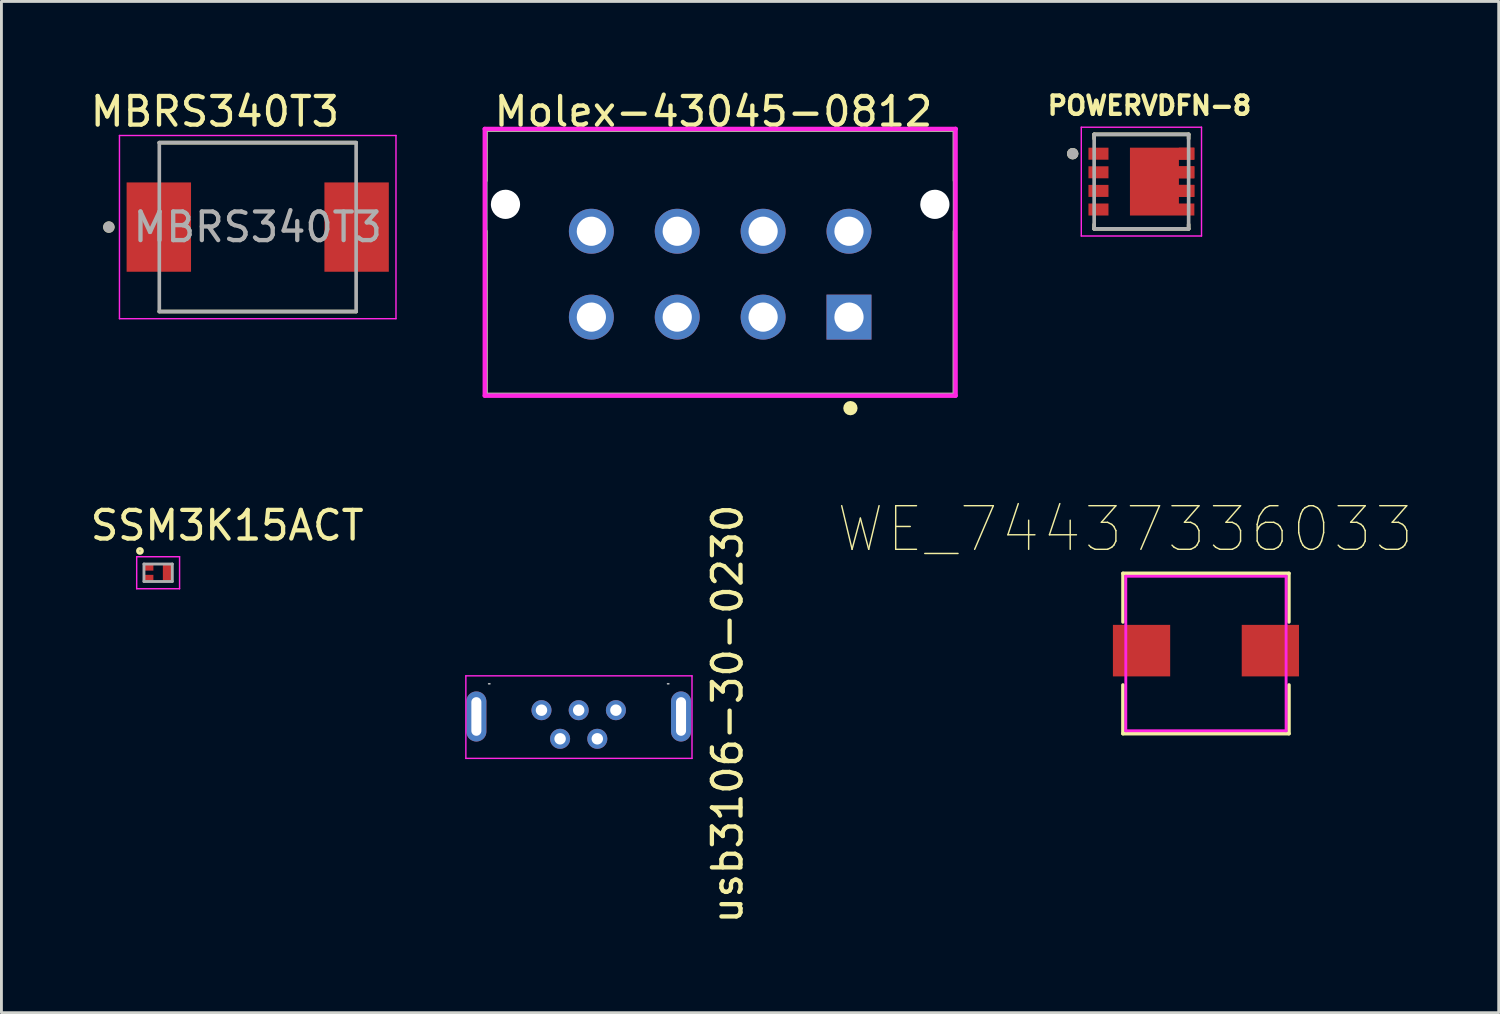
<source format=kicad_pcb>
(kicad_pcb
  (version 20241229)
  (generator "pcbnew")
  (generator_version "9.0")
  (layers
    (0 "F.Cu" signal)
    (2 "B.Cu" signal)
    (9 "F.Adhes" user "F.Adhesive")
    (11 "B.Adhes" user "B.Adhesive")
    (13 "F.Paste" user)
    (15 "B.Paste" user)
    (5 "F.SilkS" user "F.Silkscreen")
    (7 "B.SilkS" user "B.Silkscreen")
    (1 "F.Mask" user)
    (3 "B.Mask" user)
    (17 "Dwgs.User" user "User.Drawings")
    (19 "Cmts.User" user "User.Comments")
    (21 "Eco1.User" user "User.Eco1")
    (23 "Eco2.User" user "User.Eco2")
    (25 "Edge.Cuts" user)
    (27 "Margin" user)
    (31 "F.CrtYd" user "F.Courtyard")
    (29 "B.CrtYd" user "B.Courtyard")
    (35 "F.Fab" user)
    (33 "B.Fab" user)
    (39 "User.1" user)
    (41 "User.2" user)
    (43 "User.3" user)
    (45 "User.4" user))
  (footprint "MBRS340T3"
    (layer "F.Cu")
    (at 5.953 4.883)
    (property "Reference" "MBRS340T3" (at -1.495 -4.035 0) (layer "F.SilkS") (effects (font (size 1 1) (thickness 0.15))))
    (attr through_hole)
    (fp_line (start -3.438 2.95) (end 3.438 2.95) (stroke (width 0.127) (type solid)) (layer "F.SilkS"))
    (fp_line (start 3.438 -2.95) (end -3.438 -2.95) (stroke (width 0.127) (type solid)) (layer "F.SilkS"))
    (fp_circle (center -5.2 0) (end -5.1 0) (stroke (width 0.2) (type solid)) (fill no) (layer "F.SilkS"))
    (fp_line (start -4.83 -3.2) (end -4.83 3.2) (stroke (width 0.05) (type solid)) (layer "F.CrtYd"))
    (fp_line (start -4.83 3.2) (end 4.83 3.2) (stroke (width 0.05) (type solid)) (layer "F.CrtYd"))
    (fp_line (start 4.83 -3.2) (end -4.83 -3.2) (stroke (width 0.05) (type solid)) (layer "F.CrtYd"))
    (fp_line (start 4.83 3.2) (end 4.83 -3.2) (stroke (width 0.05) (type solid)) (layer "F.CrtYd"))
    (fp_line (start -3.438 -2.95) (end -3.438 2.95) (stroke (width 0.127) (type solid)) (layer "F.Fab"))
    (fp_line (start -3.438 2.95) (end 3.438 2.95) (stroke (width 0.127) (type solid)) (layer "F.Fab"))
    (fp_line (start 3.438 -2.95) (end -3.438 -2.95) (stroke (width 0.127) (type solid)) (layer "F.Fab"))
    (fp_line (start 3.438 2.95) (end 3.438 -2.95) (stroke (width 0.127) (type solid)) (layer "F.Fab"))
    (fp_circle (center -5.2 0) (end -5.1 0) (stroke (width 0.2) (type solid)) (fill no) (layer "F.Fab"))
    (fp_text user "${REFERENCE}" (at 0 0 0) (layer "F.Fab") (effects (font (size 1 1) (thickness 0.15))))
    (pad "A" smd rect (at 3.455 0) (size 2.25 3.12) (layers "F.Cu" "F.Mask" "F.Paste"))
    (pad "C" smd rect (at -3.455 0) (size 2.25 3.12) (layers "F.Cu" "F.Mask" "F.Paste")))
  (footprint "Molex-43045-0812"
    (layer "F.Cu")
    (at 22.108 6.113)
    (property "Reference" "Molex-43045-0812" (at -7.975 -5.265 0) (layer "F.SilkS") (effects (font (size 1 1) (thickness 0.15)) (justify left)))
    (attr through_hole)
    (fp_line (start -8.2 -4.635) (end 8.2 -4.635) (stroke (width 0.15) (type solid)) (layer "F.SilkS"))
    (fp_line (start -8.2 -2.855) (end -8.2 -4.635) (stroke (width 0.15) (type solid)) (layer "F.SilkS"))
    (fp_line (start -8.2 4.635) (end -8.2 -1.085) (stroke (width 0.15) (type solid)) (layer "F.SilkS"))
    (fp_line (start -8.2 4.635) (end 8.2 4.635) (stroke (width 0.15) (type solid)) (layer "F.SilkS"))
    (fp_line (start 8.2 -2.855) (end 8.2 -4.635) (stroke (width 0.15) (type solid)) (layer "F.SilkS"))
    (fp_line (start 8.2 4.635) (end 8.2 -1.085) (stroke (width 0.15) (type solid)) (layer "F.SilkS"))
    (fp_circle (center 4.55 5.095) (end 4.675 5.095) (stroke (width 0.25) (type solid)) (fill no) (layer "F.SilkS"))
    (fp_line (start -8.225 -4.66) (end -8.225 4.66) (stroke (width 0.15) (type solid)) (layer "F.CrtYd"))
    (fp_line (start -8.225 4.66) (end 8.225 4.66) (stroke (width 0.15) (type solid)) (layer "F.CrtYd"))
    (fp_line (start 8.225 -4.66) (end -8.225 -4.66) (stroke (width 0.15) (type solid)) (layer "F.CrtYd"))
    (fp_line (start 8.225 -4.66) (end 8.225 -4.66) (stroke (width 0.15) (type solid)) (layer "F.CrtYd"))
    (fp_line (start 8.225 4.66) (end 8.225 -4.66) (stroke (width 0.15) (type solid)) (layer "F.CrtYd"))
    (fp_line (start -8.2 -4.635) (end 8.2 -4.635) (stroke (width 0.15) (type solid)) (layer "F.Fab"))
    (fp_line (start -8.2 4.635) (end -8.2 -4.635) (stroke (width 0.15) (type solid)) (layer "F.Fab"))
    (fp_line (start 8.2 -4.635) (end 8.2 4.635) (stroke (width 0.15) (type solid)) (layer "F.Fab"))
    (fp_line (start 8.2 4.635) (end -8.2 4.635) (stroke (width 0.15) (type solid)) (layer "F.Fab"))
    (pad "" np_thru_hole circle (at -7.5 -2.025 180) (size 1.02 1.02) (drill 1.02) (layers "*.Cu" "*.Mask"))
    (pad "" np_thru_hole circle (at 7.5 -2.025) (size 1.02 1.02) (drill 1.02) (layers "*.Cu" "*.Mask"))
    (pad "1" thru_hole rect (at 4.5 1.915) (size 1.57 1.57) (drill 1.02) (layers "*.Cu"))
    (pad "2" thru_hole circle (at 1.5 1.915) (size 1.57 1.57) (drill 1.02) (layers "*.Cu"))
    (pad "3" thru_hole circle (at -1.5 1.915) (size 1.57 1.57) (drill 1.02) (layers "*.Cu"))
    (pad "4" thru_hole circle (at -4.5 1.915) (size 1.57 1.57) (drill 1.02) (layers "*.Cu"))
    (pad "5" thru_hole circle (at 4.5 -1.085 270) (size 1.57 1.57) (drill 1.02) (layers "*.Cu"))
    (pad "6" thru_hole circle (at 1.5 -1.085 270) (size 1.57 1.57) (drill 1.02) (layers "*.Cu"))
    (pad "7" thru_hole circle (at -1.5 -1.085 270) (size 1.57 1.57) (drill 1.02) (layers "*.Cu"))
    (pad "8" thru_hole circle (at -4.5 -1.085 270) (size 1.57 1.57) (drill 1.02) (layers "*.Cu")))
  (footprint "POWERVDFN-8"
    (layer "F.Cu")
    (at 36.823 3.294)
    (property "Reference" "POWERVDFN-8" (at 0.282 -2.656 0) (layer "F.SilkS") (effects (font (size 0.64 0.64) (thickness 0.15))))
    (attr through_hole)
    (fp_poly (pts (xy -0.5 -1.285) (xy 1.41 -1.285) (xy 1.41 1.285) (xy -0.5 1.285)) (stroke (width 0.01) (type solid)) (fill yes) (layer "F.Mask"))
    (fp_line (start -1.65 -1.65) (end -1.65 -1.498) (stroke (width 0.127) (type solid)) (layer "F.SilkS"))
    (fp_line (start -1.65 1.65) (end -1.65 1.498) (stroke (width 0.127) (type solid)) (layer "F.SilkS"))
    (fp_line (start -1.65 1.65) (end 1.65 1.65) (stroke (width 0.127) (type solid)) (layer "F.SilkS"))
    (fp_line (start 1.65 -1.65) (end -1.65 -1.65) (stroke (width 0.127) (type solid)) (layer "F.SilkS"))
    (fp_line (start 1.65 -1.65) (end 1.65 -1.498) (stroke (width 0.127) (type solid)) (layer "F.SilkS"))
    (fp_line (start 1.65 1.65) (end 1.65 1.498) (stroke (width 0.127) (type solid)) (layer "F.SilkS"))
    (fp_circle (center -2.4 -0.975) (end -2.3 -0.975) (stroke (width 0.2) (type solid)) (fill no) (layer "F.SilkS"))
    (fp_poly (pts (xy -0.1 -0.9) (xy 1 -0.9) (xy 1 0.9) (xy -0.1 0.9)) (stroke (width 0.01) (type solid)) (fill yes) (layer "F.Paste"))
    (fp_line (start -2.1 -1.9) (end 2.1 -1.9) (stroke (width 0.05) (type solid)) (layer "F.CrtYd"))
    (fp_line (start -2.1 1.9) (end -2.1 -1.9) (stroke (width 0.05) (type solid)) (layer "F.CrtYd"))
    (fp_line (start 2.1 -1.9) (end 2.1 1.9) (stroke (width 0.05) (type solid)) (layer "F.CrtYd"))
    (fp_line (start 2.1 1.9) (end -2.1 1.9) (stroke (width 0.05) (type solid)) (layer "F.CrtYd"))
    (fp_line (start -1.65 -1.65) (end -1.65 1.65) (stroke (width 0.127) (type solid)) (layer "F.Fab"))
    (fp_line (start -1.65 1.65) (end 1.65 1.65) (stroke (width 0.127) (type solid)) (layer "F.Fab"))
    (fp_line (start 1.65 -1.65) (end -1.65 -1.65) (stroke (width 0.127) (type solid)) (layer "F.Fab"))
    (fp_line (start 1.65 1.65) (end 1.65 -1.65) (stroke (width 0.127) (type solid)) (layer "F.Fab"))
    (fp_circle (center -2.4 -0.975) (end -2.3 -0.975) (stroke (width 0.2) (type solid)) (fill no) (layer "F.Fab"))
    (pad "1" smd rect (at -1.5 -0.975) (size 0.7 0.42) (layers "F.Cu" "F.Mask" "F.Paste"))
    (pad "2" smd rect (at -1.5 -0.325) (size 0.7 0.42) (layers "F.Cu" "F.Mask" "F.Paste"))
    (pad "3" smd rect (at -1.5 0.325) (size 0.7 0.42) (layers "F.Cu" "F.Mask" "F.Paste"))
    (pad "4" smd rect (at -1.5 0.975) (size 0.7 0.42) (layers "F.Cu" "F.Mask" "F.Paste"))
    (pad "5" smd custom (at 1.58 0.975) (size 0.54 0.42) (layers "F.Cu" "F.Mask" "F.Paste") (options (anchor rect)) (primitives (gr_poly (pts (xy -1.98 -2.16) (xy 0.27 -2.16) (xy 0.27 -1.74) (xy -0.27 -1.74) (xy -0.27 -1.51) (xy 0.27 -1.51) (xy 0.27 -1.09) (xy -0.27 -1.09) (xy -0.27 -0.86) (xy 0.27 -0.86) (xy 0.27 -0.44) (xy -0.27 -0.44) (xy -0.27 -0.21) (xy 0.27 -0.21) (xy 0.27 0.21) (xy -1.98 0.21)) (width 0.0001) (fill yes))))
    (pad "6" smd rect (at 1.58 0.325 180) (size 0.54 0.42) (layers "F.Cu" "F.Mask" "F.Paste"))
    (pad "7" smd rect (at 1.58 -0.325 180) (size 0.54 0.42) (layers "F.Cu" "F.Mask" "F.Paste"))
    (pad "8" smd rect (at 1.58 -0.975 180) (size 0.54 0.42) (layers "F.Cu" "F.Mask" "F.Paste")))
  (footprint "usb3106-30-0230"
    (layer "F.Cu")
    (at 13.024 18.643)
    (property "Reference" "usb3106-30-0230" (at 9.34 3.25 90) (layer "F.SilkS") (effects (font (size 1 1) (thickness 0.15))))
    (attr through_hole)
    (fp_line (start 0.993 2.195) (end 1.043 2.195) (stroke (width 0.05) (type solid)) (layer "Dwgs.User"))
    (fp_line (start 2.777 3.116) (end 2.907 3.116) (stroke (width 0.05) (type solid)) (layer "Dwgs.User"))
    (fp_line (start 2.842 3.041) (end 2.842 3.191) (stroke (width 0.05) (type solid)) (layer "Dwgs.User"))
    (fp_line (start 3.427 4.115) (end 3.557 4.115) (stroke (width 0.05) (type solid)) (layer "Dwgs.User"))
    (fp_line (start 3.492 4.04) (end 3.492 4.19) (stroke (width 0.05) (type solid)) (layer "Dwgs.User"))
    (fp_line (start 4.077 3.116) (end 4.207 3.116) (stroke (width 0.05) (type solid)) (layer "Dwgs.User"))
    (fp_line (start 4.142 3.041) (end 4.142 3.191) (stroke (width 0.05) (type solid)) (layer "Dwgs.User"))
    (fp_line (start 4.727 4.115) (end 4.857 4.115) (stroke (width 0.05) (type solid)) (layer "Dwgs.User"))
    (fp_line (start 4.792 4.04) (end 4.792 4.19) (stroke (width 0.05) (type solid)) (layer "Dwgs.User"))
    (fp_line (start 5.377 3.116) (end 5.507 3.116) (stroke (width 0.05) (type solid)) (layer "Dwgs.User"))
    (fp_line (start 5.442 3.041) (end 5.442 3.191) (stroke (width 0.05) (type solid)) (layer "Dwgs.User"))
    (fp_line (start 7.293 2.195) (end 7.243 2.195) (stroke (width 0.05) (type solid)) (layer "Dwgs.User"))
    (fp_line (start 0.2 1.916) (end 0.2 4.8) (stroke (width 0.05) (type solid)) (layer "F.CrtYd"))
    (fp_line (start 0.2 1.916) (end 8.1 1.916) (stroke (width 0.05) (type solid)) (layer "F.CrtYd"))
    (fp_line (start 0.2 4.8) (end 8.1 4.8) (stroke (width 0.05) (type solid)) (layer "F.CrtYd"))
    (fp_line (start 8.1 4.8) (end 8.1 1.916) (stroke (width 0.05) (type solid)) (layer "F.CrtYd"))
    (pad "1" thru_hole circle (at 2.842 3.116) (size 0.7 0.7) (drill 0.4) (layers "*.Cu" "*.Mask"))
    (pad "2" thru_hole circle (at 3.492 4.116) (size 0.7 0.7) (drill 0.4) (layers "*.Cu" "*.Mask"))
    (pad "3" thru_hole circle (at 4.142 3.116) (size 0.7 0.7) (drill 0.4) (layers "*.Cu" "*.Mask"))
    (pad "4" thru_hole circle (at 4.792 4.116) (size 0.7 0.7) (drill 0.4) (layers "*.Cu" "*.Mask"))
    (pad "5" thru_hole circle (at 5.442 3.116) (size 0.7 0.7) (drill 0.4) (layers "*.Cu" "*.Mask"))
    (pad "SH" thru_hole oval (at 0.567 3.336) (size 0.7 1.75) (drill oval 0.35 1.35) (layers "*.Cu" "*.Mask"))
    (pad "SH" thru_hole oval (at 7.717 3.336) (size 0.7 1.75) (drill oval 0.35 1.35) (layers "*.Cu" "*.Mask")))
  (footprint "SSM3K15ACT"
    (layer "F.Cu")
    (at 2.474 16.958)
    (property "Reference" "SSM3K15ACT" (at 2.413 -1.651 0) (layer "F.SilkS") (effects (font (size 1 1) (thickness 0.15))))
    (attr through_hole)
    (fp_circle (center -0.635 -0.762) (end -0.559 -0.762) (stroke (width 0.12) (type solid)) (fill no) (layer "F.SilkS"))
    (fp_line (start -0.749 -0.559) (end 0.749 -0.559) (stroke (width 0.05) (type solid)) (layer "F.CrtYd"))
    (fp_line (start -0.749 0.559) (end -0.749 -0.559) (stroke (width 0.05) (type solid)) (layer "F.CrtYd"))
    (fp_line (start 0.749 -0.559) (end 0.749 0.559) (stroke (width 0.05) (type solid)) (layer "F.CrtYd"))
    (fp_line (start 0.749 0.559) (end -0.749 0.559) (stroke (width 0.05) (type solid)) (layer "F.CrtYd"))
    (fp_line (start -0.495 -0.305) (end -0.495 0.305) (stroke (width 0.1) (type solid)) (layer "F.Fab"))
    (fp_line (start -0.495 0.305) (end 0.495 0.305) (stroke (width 0.1) (type solid)) (layer "F.Fab"))
    (fp_line (start 0.495 -0.305) (end -0.495 -0.305) (stroke (width 0.1) (type solid)) (layer "F.Fab"))
    (fp_line (start 0.495 0.305) (end 0.495 -0.305) (stroke (width 0.1) (type solid)) (layer "F.Fab"))
    (pad "1" smd rect (at -0.318 -0.175) (size 0.305 0.203) (layers "F.Cu" "F.Mask" "F.Paste"))
    (pad "2" smd rect (at -0.318 0.175) (size 0.305 0.203) (layers "F.Cu" "F.Mask" "F.Paste"))
    (pad "3" smd rect (at 0.318 0) (size 0.305 0.559) (layers "F.Cu" "F.Mask" "F.Paste")))
  (footprint "WE_74437336033"
    (layer "F.Cu")
    (at 39.078 19.679)
    (property "Reference" "WE_74437336033" (at -2.819 -4.242 180) (layer "F.SilkS") (effects (font (size 1.524 1.524) (thickness 0.05))))
    (attr smd)
    (fp_line (start -2.9 -2.7) (end 2.9 -2.7) (stroke (width 0.125) (type solid)) (layer "F.SilkS"))
    (fp_line (start -2.9 -1) (end -2.9 -2.7) (stroke (width 0.12) (type solid)) (layer "F.SilkS"))
    (fp_line (start -2.9 2.9) (end -2.9 1.2) (stroke (width 0.125) (type solid)) (layer "F.SilkS"))
    (fp_line (start 2.9 -2.7) (end 2.9 -1) (stroke (width 0.12) (type solid)) (layer "F.SilkS"))
    (fp_line (start 2.9 1.2) (end 2.9 2.9) (stroke (width 0.125) (type solid)) (layer "F.SilkS"))
    (fp_line (start 2.9 2.9) (end -2.9 2.9) (stroke (width 0.125) (type solid)) (layer "F.SilkS"))
    (fp_line (start -2.8 -2.6) (end 2.8 -2.6) (stroke (width 0.1) (type solid)) (layer "F.CrtYd"))
    (fp_line (start -2.8 2.8) (end -2.8 -2.6) (stroke (width 0.1) (type solid)) (layer "F.CrtYd"))
    (fp_line (start 2.8 -2.6) (end 2.8 2.8) (stroke (width 0.1) (type solid)) (layer "F.CrtYd"))
    (fp_line (start 2.8 2.8) (end -2.8 2.8) (stroke (width 0.1) (type solid)) (layer "F.CrtYd"))
    (pad "1" smd rect (at -2.25 0 180) (size 2 1.8) (layers "F.Cu" "F.Mask" "F.Paste"))
    (pad "2" smd rect (at 2.25 0) (size 2 1.8) (layers "F.Cu" "F.Mask" "F.Paste")))
  (gr_rect
    (start -3 -3)
    (end 49.305 32.327)
    (stroke (width 0.1) (type default))
    (fill no)
    (layer "Edge.Cuts")))
</source>
